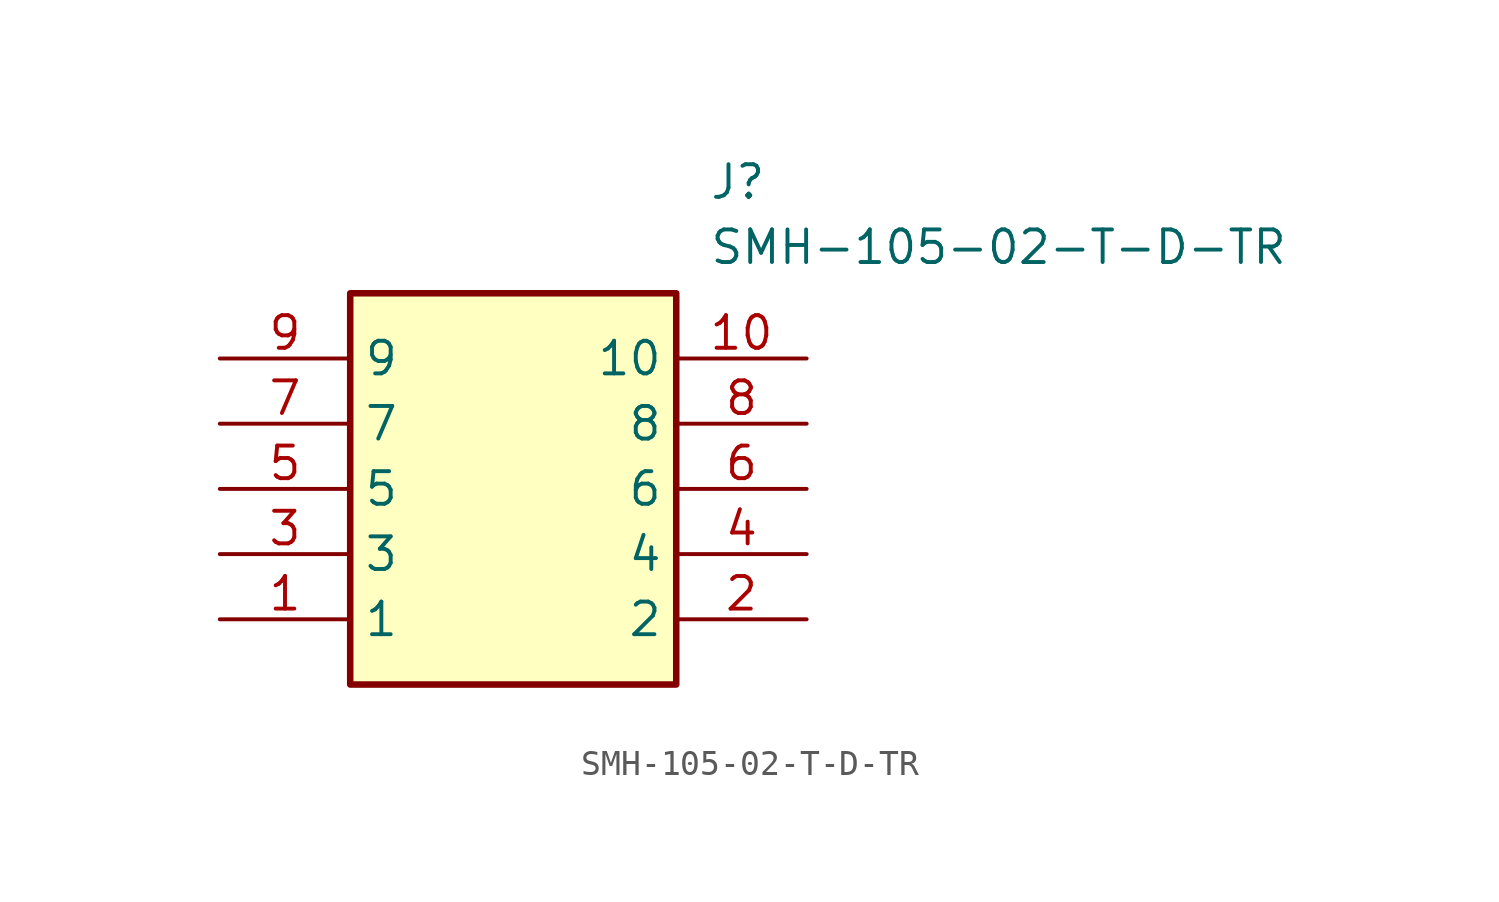
<source format=kicad_sym>
(kicad_symbol_lib
  (version 20211014)
  (generator SamacSys_ECAD_Model)
  (symbol "SMH-105-02-T-D-TR"
    (property "Reference" "J"
      (at 19.05 7.62 0)
      (effects (font (size 1.27 1.27)) (justify left top)))
    (property "Value" "SMH-105-02-T-D-TR"
      (at 19.05 5.08 0)
      (effects (font (size 1.27 1.27)) (justify left top)))
    (rectangle
      (start 5.08 2.54)
      (end 17.78 -12.7)
      (stroke (width 0.254) (type default))
      (fill (type background)))
    (pin passive line
      (at 0 -10.16 0)
      (length 5.08)
      (name "1" (effects (font (size 1.27 1.27))))
      (number "1" (effects (font (size 1.27 1.27)))))
    (pin passive line
      (at 22.86 -10.16 180)
      (length 5.08)
      (name "2" (effects (font (size 1.27 1.27))))
      (number "2" (effects (font (size 1.27 1.27)))))
    (pin passive line
      (at 0 -7.62 0)
      (length 5.08)
      (name "3" (effects (font (size 1.27 1.27))))
      (number "3" (effects (font (size 1.27 1.27)))))
    (pin passive line
      (at 22.86 -7.62 180)
      (length 5.08)
      (name "4" (effects (font (size 1.27 1.27))))
      (number "4" (effects (font (size 1.27 1.27)))))
    (pin passive line
      (at 0 -5.08 0)
      (length 5.08)
      (name "5" (effects (font (size 1.27 1.27))))
      (number "5" (effects (font (size 1.27 1.27)))))
    (pin passive line
      (at 22.86 -5.08 180)
      (length 5.08)
      (name "6" (effects (font (size 1.27 1.27))))
      (number "6" (effects (font (size 1.27 1.27)))))
    (pin passive line
      (at 0 -2.54 0)
      (length 5.08)
      (name "7" (effects (font (size 1.27 1.27))))
      (number "7" (effects (font (size 1.27 1.27)))))
    (pin passive line
      (at 22.86 -2.54 180)
      (length 5.08)
      (name "8" (effects (font (size 1.27 1.27))))
      (number "8" (effects (font (size 1.27 1.27)))))
    (pin passive line
      (at 0 0 0)
      (length 5.08)
      (name "9" (effects (font (size 1.27 1.27))))
      (number "9" (effects (font (size 1.27 1.27)))))
    (pin passive line
      (at 22.86 0 180)
      (length 5.08)
      (name "10" (effects (font (size 1.27 1.27))))
      (number "10" (effects (font (size 1.27 1.27)))))))
</source>
